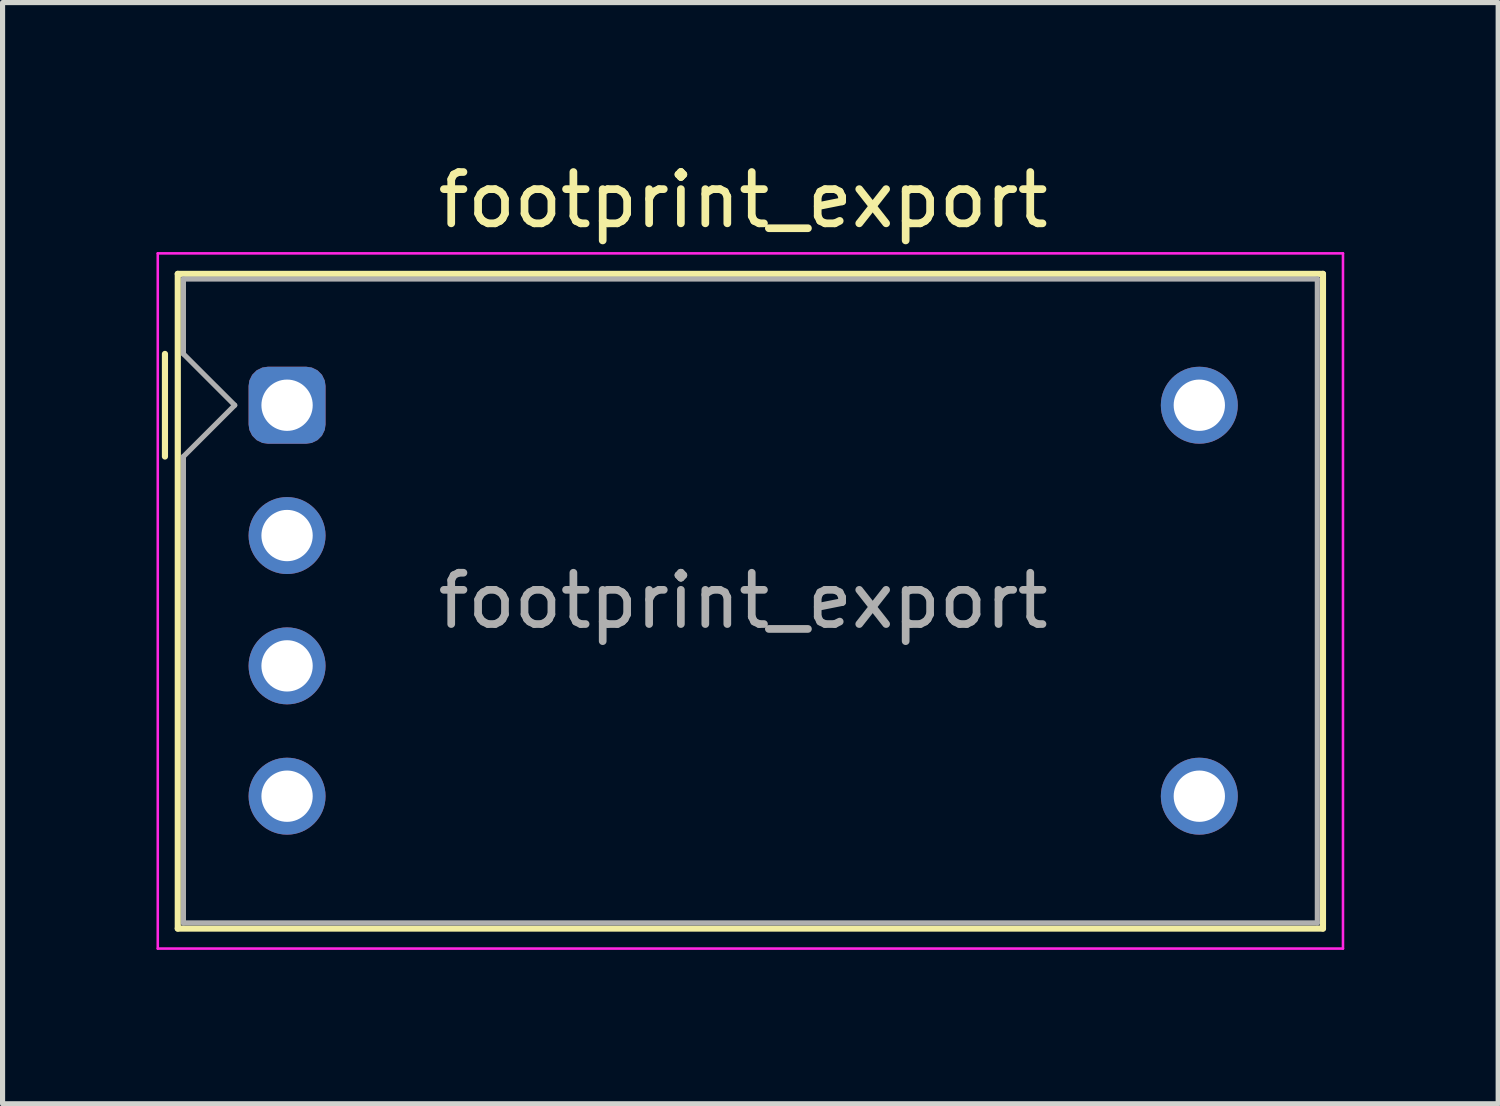
<source format=kicad_pcb>
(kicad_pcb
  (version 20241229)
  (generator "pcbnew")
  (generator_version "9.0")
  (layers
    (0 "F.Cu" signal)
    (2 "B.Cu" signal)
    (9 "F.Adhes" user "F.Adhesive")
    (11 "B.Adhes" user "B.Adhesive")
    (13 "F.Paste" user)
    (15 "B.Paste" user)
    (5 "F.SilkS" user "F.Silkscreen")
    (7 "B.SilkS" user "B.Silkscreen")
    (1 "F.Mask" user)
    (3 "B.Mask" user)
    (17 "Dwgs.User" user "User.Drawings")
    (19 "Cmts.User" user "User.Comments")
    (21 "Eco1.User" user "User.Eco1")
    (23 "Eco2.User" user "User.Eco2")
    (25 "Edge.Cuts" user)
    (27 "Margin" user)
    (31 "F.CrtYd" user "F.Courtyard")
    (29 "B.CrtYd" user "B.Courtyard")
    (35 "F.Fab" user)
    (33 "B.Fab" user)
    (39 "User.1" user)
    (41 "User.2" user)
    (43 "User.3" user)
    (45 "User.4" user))
  (footprint "footprint_export"
    (layer "F.Cu")
    (at 2.545 4.848)
    (property "Reference" "footprint_export" (at 8.89 -4 0) (unlocked yes) (layer "F.SilkS") (effects (font (size 1 1) (thickness 0.15))))
    (attr through_hole)
    (fp_line (start -2.38 -1) (end -2.38 1) (stroke (width 0.12) (type default)) (layer "F.SilkS"))
    (fp_line (start -2.13 -2.56) (end -2.13 10.2) (stroke (width 0.12) (type default)) (layer "F.SilkS"))
    (fp_line (start -2.13 -2.56) (end 20.19 -2.56) (stroke (width 0.12) (type default)) (layer "F.SilkS"))
    (fp_line (start -2.13 10.2) (end 20.19 10.2) (stroke (width 0.12) (type default)) (layer "F.SilkS"))
    (fp_line (start 20.19 -2.56) (end 20.19 10.2) (stroke (width 0.12) (type default)) (layer "F.SilkS"))
    (fp_line (start -2.52 -2.96) (end -2.52 10.59) (stroke (width 0.05) (type default)) (layer "F.CrtYd"))
    (fp_line (start -2.52 -2.96) (end 20.58 -2.96) (stroke (width 0.05) (type default)) (layer "F.CrtYd"))
    (fp_line (start -2.52 10.59) (end 20.58 10.59) (stroke (width 0.05) (type default)) (layer "F.CrtYd"))
    (fp_line (start 20.58 -2.96) (end 20.58 10.59) (stroke (width 0.05) (type default)) (layer "F.CrtYd"))
    (fp_line (start -2.02 -2.46) (end -2.02 -1) (stroke (width 0.1) (type default)) (layer "F.Fab"))
    (fp_line (start -2.02 -2.46) (end 20.08 -2.46) (stroke (width 0.1) (type default)) (layer "F.Fab"))
    (fp_line (start -2.02 -1) (end -1.02 0) (stroke (width 0.1) (type default)) (layer "F.Fab"))
    (fp_line (start -2.02 1) (end -2.02 10.09) (stroke (width 0.1) (type default)) (layer "F.Fab"))
    (fp_line (start -2.02 10.09) (end 20.08 10.09) (stroke (width 0.1) (type default)) (layer "F.Fab"))
    (fp_line (start -1.02 0) (end -2.02 1) (stroke (width 0.1) (type default)) (layer "F.Fab"))
    (fp_line (start 20.08 -2.46) (end 20.08 10.09) (stroke (width 0.1) (type default)) (layer "F.Fab"))
    (fp_text user "${REFERENCE}" (at 8.89 3.81 0) (unlocked yes) (layer "F.Fab") (effects (font (size 1 1) (thickness 0.15))))
    (pad "1" thru_hole roundrect (at 0 0) (size 1.5 1.5) (drill 1) (layers "*.Cu" "*.Mask") (roundrect_rratio 0.25))
    (pad "2" thru_hole circle (at 0 2.54) (size 1.5 1.5) (drill 1) (layers "*.Cu" "*.Mask"))
    (pad "3" thru_hole circle (at 0 5.08) (size 1.5 1.5) (drill 1) (layers "*.Cu" "*.Mask"))
    (pad "4" thru_hole circle (at 0 7.62) (size 1.5 1.5) (drill 1) (layers "*.Cu" "*.Mask"))
    (pad "5" thru_hole circle (at 17.78 7.62) (size 1.5 1.5) (drill 1) (layers "*.Cu" "*.Mask"))
    (pad "6" thru_hole circle (at 17.78 0) (size 1.5 1.5) (drill 1) (layers "*.Cu" "*.Mask")))
  (gr_rect
    (start -3 -3)
    (end 26.15 18.463)
    (stroke (width 0.1) (type default))
    (fill no)
    (layer "Edge.Cuts")))
</source>
